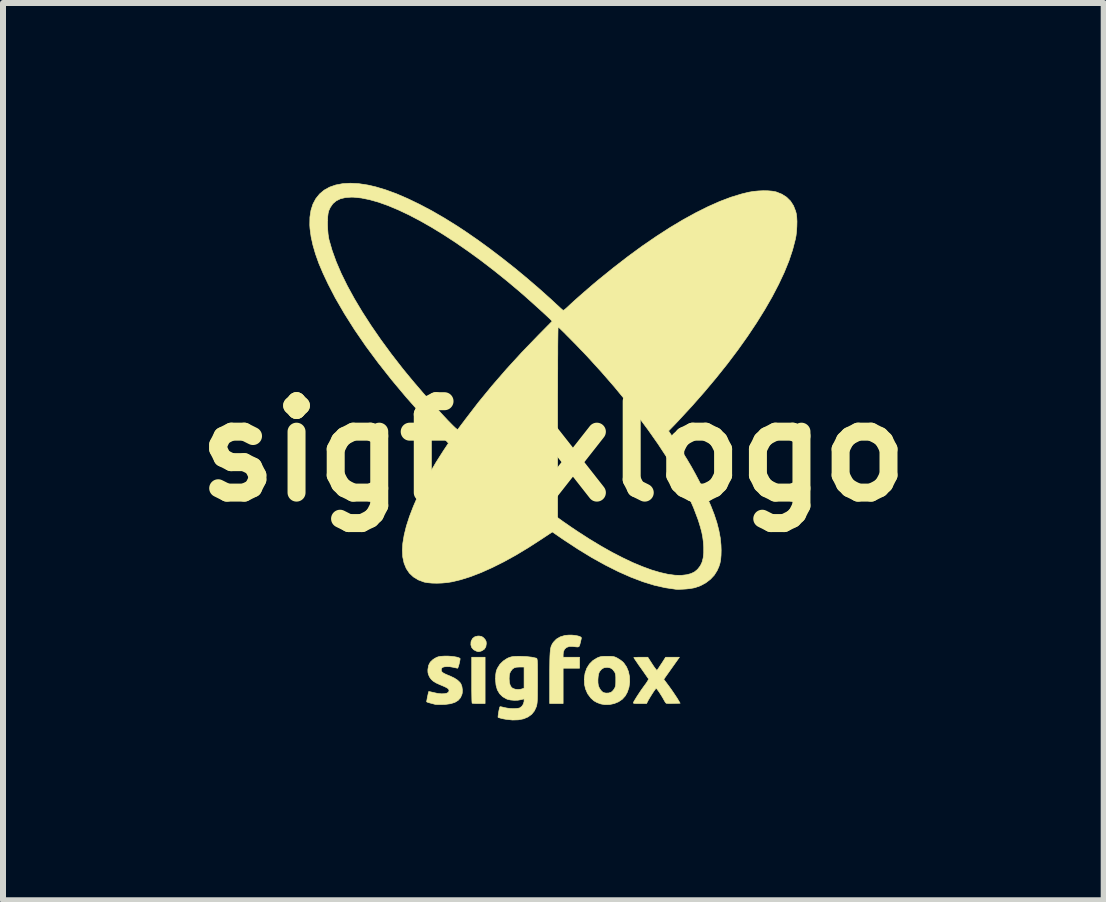
<source format=kicad_pcb>
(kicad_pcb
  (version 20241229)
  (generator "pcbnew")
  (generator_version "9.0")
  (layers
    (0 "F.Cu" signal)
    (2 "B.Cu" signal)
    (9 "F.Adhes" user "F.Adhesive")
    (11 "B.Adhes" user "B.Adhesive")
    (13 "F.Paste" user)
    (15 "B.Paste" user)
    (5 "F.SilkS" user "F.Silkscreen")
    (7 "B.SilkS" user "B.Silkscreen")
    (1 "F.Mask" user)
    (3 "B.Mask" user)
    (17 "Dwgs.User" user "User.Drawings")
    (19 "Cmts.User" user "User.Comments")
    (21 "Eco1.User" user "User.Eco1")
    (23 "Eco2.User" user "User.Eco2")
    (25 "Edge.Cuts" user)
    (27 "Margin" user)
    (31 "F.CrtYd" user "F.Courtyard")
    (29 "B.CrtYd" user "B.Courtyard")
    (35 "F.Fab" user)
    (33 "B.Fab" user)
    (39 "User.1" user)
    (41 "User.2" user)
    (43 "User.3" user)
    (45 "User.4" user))
  (footprint "sigfoxlogo"
    (layer "F.Cu")
    (at 6.176 4.474)
    (property "Reference" "sigfoxlogo" (at 0 0 0) (layer "F.SilkS") (effects (font (size 1.524 1.524) (thickness 0.3))))
    (attr through_hole)
    (fp_poly (pts (xy -1.138 4.206) (xy -1.243 4.206) (xy -1.287 4.206) (xy -1.324 4.204) (xy -1.348 4.202) (xy -1.355 4.199) (xy -1.356 4.188) (xy -1.358 4.159) (xy -1.359 4.114) (xy -1.36 4.055) (xy -1.361 3.985) (xy -1.361 3.906) (xy -1.361 3.821) (xy -1.361 3.813) (xy -1.361 3.434) (xy -1.138 3.434) (xy -1.138 4.206)) (stroke (width 0.01) (type solid)) (fill yes) (layer "F.SilkS"))
    (fp_poly (pts (xy -1.235 3.081) (xy -1.2 3.087) (xy -1.174 3.101) (xy -1.151 3.123) (xy -1.13 3.15) (xy -1.12 3.176) (xy -1.118 3.21) (xy -1.126 3.26) (xy -1.151 3.3) (xy -1.191 3.326) (xy -1.207 3.332) (xy -1.233 3.339) (xy -1.248 3.341) (xy -1.265 3.338) (xy -1.284 3.332) (xy -1.329 3.309) (xy -1.36 3.274) (xy -1.375 3.229) (xy -1.373 3.179) (xy -1.369 3.164) (xy -1.346 3.121) (xy -1.309 3.093) (xy -1.261 3.081) (xy -1.235 3.081)) (stroke (width 0.01) (type solid)) (fill yes) (layer "F.SilkS"))
    (fp_poly (pts (xy 0.309 3.065) (xy 0.359 3.07) (xy 0.404 3.078) (xy 0.44 3.088) (xy 0.462 3.101) (xy 0.467 3.111) (xy 0.465 3.127) (xy 0.458 3.156) (xy 0.449 3.193) (xy 0.449 3.195) (xy 0.44 3.228) (xy 0.433 3.248) (xy 0.423 3.259) (xy 0.406 3.263) (xy 0.378 3.261) (xy 0.333 3.256) (xy 0.325 3.255) (xy 0.265 3.255) (xy 0.219 3.271) (xy 0.186 3.301) (xy 0.167 3.346) (xy 0.163 3.393) (xy 0.163 3.434) (xy 0.437 3.434) (xy 0.437 3.617) (xy 0.163 3.617) (xy 0.163 4.206) (xy -0.061 4.206) (xy -0.061 3.777) (xy -0.061 3.661) (xy -0.06 3.564) (xy -0.059 3.484) (xy -0.057 3.418) (xy -0.054 3.364) (xy -0.05 3.32) (xy -0.045 3.286) (xy -0.038 3.257) (xy -0.028 3.233) (xy -0.017 3.212) (xy -0.004 3.191) (xy 0.003 3.182) (xy 0.051 3.132) (xy 0.114 3.095) (xy 0.188 3.072) (xy 0.209 3.069) (xy 0.258 3.065) (xy 0.309 3.065)) (stroke (width 0.01) (type solid)) (fill yes) (layer "F.SilkS"))
    (fp_poly (pts (xy 0.949 3.419) (xy 0.984 3.421) (xy 1.011 3.425) (xy 1.034 3.433) (xy 1.06 3.445) (xy 1.075 3.454) (xy 1.114 3.478) (xy 1.152 3.507) (xy 1.175 3.53) (xy 1.221 3.597) (xy 1.253 3.675) (xy 1.27 3.76) (xy 1.273 3.848) (xy 1.261 3.935) (xy 1.234 4.016) (xy 1.199 4.079) (xy 1.15 4.134) (xy 1.087 4.177) (xy 1.014 4.207) (xy 0.936 4.223) (xy 0.855 4.224) (xy 0.792 4.213) (xy 0.729 4.19) (xy 0.677 4.161) (xy 0.63 4.119) (xy 0.625 4.114) (xy 0.571 4.042) (xy 0.536 3.961) (xy 0.519 3.885) (xy 0.517 3.809) (xy 0.743 3.809) (xy 0.744 3.861) (xy 0.75 3.905) (xy 0.751 3.909) (xy 0.768 3.949) (xy 0.793 3.987) (xy 0.822 4.015) (xy 0.837 4.024) (xy 0.876 4.032) (xy 0.92 4.031) (xy 0.958 4.02) (xy 0.965 4.017) (xy 0.988 3.997) (xy 1.011 3.969) (xy 1.018 3.958) (xy 1.029 3.936) (xy 1.036 3.913) (xy 1.04 3.884) (xy 1.041 3.842) (xy 1.041 3.815) (xy 1.041 3.764) (xy 1.038 3.729) (xy 1.032 3.703) (xy 1.023 3.682) (xy 1.021 3.679) (xy 0.988 3.636) (xy 0.949 3.612) (xy 0.9 3.603) (xy 0.894 3.603) (xy 0.843 3.61) (xy 0.803 3.634) (xy 0.769 3.675) (xy 0.768 3.678) (xy 0.755 3.711) (xy 0.747 3.757) (xy 0.743 3.809) (xy 0.517 3.809) (xy 0.516 3.788) (xy 0.529 3.698) (xy 0.558 3.617) (xy 0.602 3.547) (xy 0.66 3.489) (xy 0.73 3.446) (xy 0.758 3.434) (xy 0.784 3.426) (xy 0.813 3.421) (xy 0.851 3.419) (xy 0.899 3.419) (xy 0.949 3.419)) (stroke (width 0.01) (type solid)) (fill yes) (layer "F.SilkS"))
    (fp_poly (pts (xy 1.647 3.546) (xy 1.674 3.587) (xy 1.698 3.62) (xy 1.716 3.643) (xy 1.727 3.652) (xy 1.727 3.652) (xy 1.736 3.642) (xy 1.753 3.618) (xy 1.775 3.584) (xy 1.802 3.543) (xy 1.804 3.541) (xy 1.872 3.434) (xy 2.102 3.434) (xy 1.841 3.802) (xy 1.929 3.92) (xy 1.966 3.971) (xy 2.003 4.025) (xy 2.037 4.076) (xy 2.064 4.117) (xy 2.066 4.12) (xy 2.114 4.201) (xy 2.005 4.204) (xy 1.959 4.205) (xy 1.92 4.205) (xy 1.893 4.203) (xy 1.883 4.202) (xy 1.871 4.191) (xy 1.856 4.167) (xy 1.848 4.153) (xy 1.831 4.122) (xy 1.809 4.085) (xy 1.785 4.047) (xy 1.761 4.01) (xy 1.739 3.98) (xy 1.723 3.959) (xy 1.715 3.952) (xy 1.706 3.96) (xy 1.689 3.982) (xy 1.667 4.014) (xy 1.643 4.051) (xy 1.618 4.091) (xy 1.595 4.129) (xy 1.577 4.161) (xy 1.576 4.164) (xy 1.554 4.206) (xy 1.441 4.206) (xy 1.392 4.206) (xy 1.36 4.205) (xy 1.342 4.202) (xy 1.335 4.198) (xy 1.335 4.191) (xy 1.335 4.188) (xy 1.347 4.166) (xy 1.368 4.131) (xy 1.396 4.086) (xy 1.429 4.036) (xy 1.464 3.983) (xy 1.5 3.933) (xy 1.521 3.904) (xy 1.549 3.866) (xy 1.571 3.832) (xy 1.584 3.808) (xy 1.588 3.797) (xy 1.588 3.797) (xy 1.581 3.786) (xy 1.563 3.761) (xy 1.538 3.725) (xy 1.507 3.68) (xy 1.471 3.629) (xy 1.462 3.616) (xy 1.425 3.565) (xy 1.394 3.519) (xy 1.368 3.481) (xy 1.35 3.454) (xy 1.342 3.441) (xy 1.341 3.44) (xy 1.351 3.437) (xy 1.376 3.436) (xy 1.414 3.434) (xy 1.458 3.434) (xy 1.575 3.434) (xy 1.647 3.546)) (stroke (width 0.01) (type solid)) (fill yes) (layer "F.SilkS"))
    (fp_poly (pts (xy -1.702 3.419) (xy -1.651 3.425) (xy -1.607 3.433) (xy -1.574 3.443) (xy -1.557 3.454) (xy -1.554 3.459) (xy -1.557 3.48) (xy -1.563 3.511) (xy -1.571 3.546) (xy -1.58 3.579) (xy -1.589 3.604) (xy -1.595 3.617) (xy -1.596 3.617) (xy -1.609 3.615) (xy -1.636 3.609) (xy -1.672 3.601) (xy -1.673 3.601) (xy -1.725 3.592) (xy -1.776 3.59) (xy -1.819 3.594) (xy -1.85 3.604) (xy -1.855 3.608) (xy -1.866 3.626) (xy -1.869 3.648) (xy -1.866 3.665) (xy -1.855 3.681) (xy -1.833 3.698) (xy -1.798 3.716) (xy -1.747 3.738) (xy -1.721 3.748) (xy -1.654 3.78) (xy -1.598 3.816) (xy -1.557 3.855) (xy -1.54 3.881) (xy -1.524 3.925) (xy -1.517 3.978) (xy -1.519 4.031) (xy -1.524 4.052) (xy -1.548 4.108) (xy -1.587 4.153) (xy -1.643 4.187) (xy -1.714 4.209) (xy -1.803 4.221) (xy -1.834 4.222) (xy -1.881 4.223) (xy -1.923 4.223) (xy -1.953 4.222) (xy -1.966 4.221) (xy -2.03 4.204) (xy -2.075 4.192) (xy -2.102 4.183) (xy -2.113 4.176) (xy -2.113 4.175) (xy -2.111 4.162) (xy -2.106 4.136) (xy -2.1 4.102) (xy -2.092 4.066) (xy -2.085 4.034) (xy -2.08 4.012) (xy -2.078 4.006) (xy -2.068 4.007) (xy -2.043 4.012) (xy -2.008 4.02) (xy -1.996 4.023) (xy -1.927 4.038) (xy -1.865 4.044) (xy -1.813 4.042) (xy -1.774 4.033) (xy -1.748 4.016) (xy -1.739 3.993) (xy -1.741 3.981) (xy -1.746 3.968) (xy -1.757 3.956) (xy -1.777 3.943) (xy -1.808 3.927) (xy -1.854 3.907) (xy -1.895 3.89) (xy -1.956 3.862) (xy -2.001 3.834) (xy -2.034 3.805) (xy -2.06 3.77) (xy -2.069 3.753) (xy -2.084 3.717) (xy -2.091 3.686) (xy -2.092 3.648) (xy -2.091 3.632) (xy -2.079 3.568) (xy -2.052 3.516) (xy -2.007 3.473) (xy -1.971 3.45) (xy -1.942 3.435) (xy -1.916 3.426) (xy -1.886 3.42) (xy -1.845 3.417) (xy -1.812 3.415) (xy -1.757 3.415) (xy -1.702 3.419)) (stroke (width 0.01) (type solid)) (fill yes) (layer "F.SilkS"))
    (fp_poly (pts (xy -0.554 3.419) (xy -0.45 3.423) (xy -0.361 3.433) (xy -0.283 3.45) (xy -0.282 3.451) (xy -0.277 3.453) (xy -0.274 3.459) (xy -0.271 3.47) (xy -0.268 3.489) (xy -0.267 3.516) (xy -0.265 3.555) (xy -0.265 3.607) (xy -0.264 3.675) (xy -0.264 3.759) (xy -0.264 3.825) (xy -0.264 3.922) (xy -0.265 4.002) (xy -0.265 4.066) (xy -0.266 4.117) (xy -0.268 4.156) (xy -0.27 4.187) (xy -0.273 4.211) (xy -0.277 4.232) (xy -0.282 4.25) (xy -0.284 4.259) (xy -0.316 4.329) (xy -0.362 4.386) (xy -0.423 4.43) (xy -0.497 4.461) (xy -0.584 4.478) (xy -0.681 4.481) (xy -0.789 4.469) (xy -0.83 4.462) (xy -0.869 4.453) (xy -0.901 4.444) (xy -0.919 4.438) (xy -0.921 4.437) (xy -0.922 4.425) (xy -0.919 4.398) (xy -0.914 4.364) (xy -0.908 4.327) (xy -0.9 4.293) (xy -0.894 4.269) (xy -0.889 4.259) (xy -0.878 4.259) (xy -0.853 4.264) (xy -0.822 4.272) (xy -0.772 4.282) (xy -0.716 4.289) (xy -0.659 4.291) (xy -0.609 4.288) (xy -0.57 4.282) (xy -0.561 4.279) (xy -0.526 4.254) (xy -0.501 4.216) (xy -0.488 4.173) (xy -0.488 4.163) (xy -0.488 4.128) (xy -0.541 4.142) (xy -0.593 4.151) (xy -0.654 4.152) (xy -0.714 4.147) (xy -0.766 4.135) (xy -0.777 4.131) (xy -0.844 4.093) (xy -0.896 4.042) (xy -0.934 3.977) (xy -0.956 3.899) (xy -0.964 3.807) (xy -0.964 3.79) (xy -0.737 3.79) (xy -0.733 3.854) (xy -0.72 3.901) (xy -0.699 3.936) (xy -0.676 3.953) (xy -0.638 3.967) (xy -0.59 3.972) (xy -0.541 3.967) (xy -0.52 3.961) (xy -0.488 3.95) (xy -0.488 3.597) (xy -0.56 3.597) (xy -0.615 3.6) (xy -0.655 3.612) (xy -0.685 3.634) (xy -0.711 3.669) (xy -0.713 3.672) (xy -0.726 3.7) (xy -0.734 3.731) (xy -0.736 3.771) (xy -0.737 3.79) (xy -0.964 3.79) (xy -0.963 3.771) (xy -0.96 3.718) (xy -0.954 3.679) (xy -0.944 3.645) (xy -0.931 3.616) (xy -0.891 3.552) (xy -0.835 3.497) (xy -0.77 3.454) (xy -0.746 3.443) (xy -0.718 3.433) (xy -0.692 3.426) (xy -0.662 3.422) (xy -0.623 3.42) (xy -0.57 3.419) (xy -0.554 3.419)) (stroke (width 0.01) (type solid)) (fill yes) (layer "F.SilkS"))
    (fp_poly (pts (xy -3.245 -4.462) (xy -3.094 -4.439) (xy -2.963 -4.409) (xy -2.796 -4.359) (xy -2.618 -4.294) (xy -2.43 -4.213) (xy -2.233 -4.118) (xy -2.028 -4.01) (xy -1.817 -3.888) (xy -1.6 -3.753) (xy -1.461 -3.661) (xy -1.264 -3.525) (xy -1.059 -3.376) (xy -0.849 -3.216) (xy -0.639 -3.05) (xy -0.433 -2.879) (xy -0.234 -2.708) (xy -0.046 -2.54) (xy -0.001 -2.498) (xy 0.044 -2.456) (xy 0.086 -2.418) (xy 0.12 -2.386) (xy 0.145 -2.364) (xy 0.158 -2.353) (xy 0.158 -2.352) (xy 0.17 -2.351) (xy 0.187 -2.361) (xy 0.214 -2.384) (xy 0.236 -2.404) (xy 0.286 -2.451) (xy 0.349 -2.509) (xy 0.422 -2.574) (xy 0.502 -2.644) (xy 0.586 -2.717) (xy 0.672 -2.791) (xy 0.756 -2.861) (xy 0.762 -2.866) (xy 1.007 -3.064) (xy 1.248 -3.25) (xy 1.484 -3.423) (xy 1.716 -3.582) (xy 1.942 -3.728) (xy 2.161 -3.859) (xy 2.374 -3.976) (xy 2.578 -4.078) (xy 2.774 -4.165) (xy 2.961 -4.236) (xy 3.138 -4.29) (xy 3.257 -4.319) (xy 3.333 -4.332) (xy 3.414 -4.34) (xy 3.497 -4.344) (xy 3.576 -4.343) (xy 3.647 -4.337) (xy 3.703 -4.327) (xy 3.713 -4.325) (xy 3.809 -4.287) (xy 3.889 -4.236) (xy 3.954 -4.172) (xy 4.004 -4.094) (xy 4.04 -4.002) (xy 4.051 -3.959) (xy 4.058 -3.902) (xy 4.062 -3.832) (xy 4.06 -3.752) (xy 4.055 -3.67) (xy 4.046 -3.592) (xy 4.034 -3.531) (xy 3.989 -3.358) (xy 3.928 -3.175) (xy 3.85 -2.983) (xy 3.756 -2.783) (xy 3.648 -2.576) (xy 3.525 -2.362) (xy 3.388 -2.142) (xy 3.238 -1.917) (xy 3.076 -1.689) (xy 2.901 -1.457) (xy 2.714 -1.223) (xy 2.516 -0.987) (xy 2.308 -0.751) (xy 2.09 -0.515) (xy 2.02 -0.441) (xy 1.921 -0.339) (xy 2.046 -0.151) (xy 2.14 -0.006) (xy 2.224 0.128) (xy 2.301 0.258) (xy 2.373 0.388) (xy 2.444 0.523) (xy 2.472 0.579) (xy 2.555 0.751) (xy 2.625 0.909) (xy 2.682 1.055) (xy 2.727 1.192) (xy 2.76 1.321) (xy 2.783 1.444) (xy 2.795 1.563) (xy 2.798 1.651) (xy 2.796 1.734) (xy 2.79 1.803) (xy 2.779 1.864) (xy 2.761 1.921) (xy 2.735 1.98) (xy 2.73 1.991) (xy 2.682 2.067) (xy 2.618 2.135) (xy 2.541 2.194) (xy 2.454 2.241) (xy 2.361 2.274) (xy 2.332 2.28) (xy 2.279 2.289) (xy 2.217 2.296) (xy 2.152 2.3) (xy 2.091 2.302) (xy 2.043 2.301) (xy 2.037 2.3) (xy 1.866 2.275) (xy 1.684 2.234) (xy 1.493 2.175) (xy 1.293 2.099) (xy 1.085 2.007) (xy 0.868 1.898) (xy 0.644 1.774) (xy 0.413 1.633) (xy 0.175 1.477) (xy 0.134 1.449) (xy -0.017 1.345) (xy -0.198 1.465) (xy -0.413 1.604) (xy -0.622 1.73) (xy -0.825 1.842) (xy -1.019 1.939) (xy -1.204 2.022) (xy -1.38 2.09) (xy -1.546 2.142) (xy -1.687 2.176) (xy -1.768 2.189) (xy -1.855 2.197) (xy -1.942 2.2) (xy -2.025 2.198) (xy -2.098 2.191) (xy -2.154 2.181) (xy -2.251 2.145) (xy -2.333 2.095) (xy -2.4 2.032) (xy -2.452 1.955) (xy -2.489 1.865) (xy -2.511 1.763) (xy -2.517 1.648) (xy -2.51 1.534) (xy -2.487 1.396) (xy -2.45 1.246) (xy -2.398 1.086) (xy -2.333 0.917) (xy -2.256 0.74) (xy -2.166 0.557) (xy -2.065 0.37) (xy -1.953 0.18) (xy -1.831 -0.012) (xy -1.812 -0.04) (xy -1.749 -0.135) (xy -1.919 -0.314) (xy -2.195 -0.61) (xy -2.454 -0.902) (xy -2.695 -1.19) (xy -2.919 -1.474) (xy -3.126 -1.753) (xy -3.314 -2.027) (xy -3.484 -2.296) (xy -3.636 -2.558) (xy -3.753 -2.784) (xy -3.838 -2.964) (xy -3.909 -3.131) (xy -3.965 -3.288) (xy -4.008 -3.436) (xy -4.039 -3.576) (xy -4.057 -3.71) (xy -4.061 -3.769) (xy -3.765 -3.769) (xy -3.762 -3.694) (xy -3.756 -3.621) (xy -3.746 -3.556) (xy -3.74 -3.526) (xy -3.689 -3.349) (xy -3.621 -3.161) (xy -3.537 -2.965) (xy -3.436 -2.76) (xy -3.319 -2.546) (xy -3.187 -2.325) (xy -3.04 -2.097) (xy -2.878 -1.862) (xy -2.702 -1.622) (xy -2.515 -1.381) (xy -2.453 -1.305) (xy -2.386 -1.224) (xy -2.316 -1.14) (xy -2.242 -1.054) (xy -2.168 -0.967) (xy -2.093 -0.882) (xy -2.019 -0.798) (xy -1.947 -0.718) (xy -1.879 -0.643) (xy -1.815 -0.574) (xy -1.757 -0.512) (xy -1.705 -0.459) (xy -1.663 -0.417) (xy -1.629 -0.385) (xy -1.606 -0.367) (xy -1.595 -0.363) (xy -1.594 -0.363) (xy -1.586 -0.373) (xy -1.568 -0.397) (xy -1.542 -0.432) (xy -1.509 -0.476) (xy -1.503 -0.483) (xy 0.071 -0.483) (xy 0.071 1.106) (xy 0.155 1.167) (xy 0.191 1.192) (xy 0.239 1.225) (xy 0.295 1.264) (xy 0.355 1.304) (xy 0.41 1.341) (xy 0.604 1.466) (xy 0.793 1.58) (xy 0.977 1.684) (xy 1.154 1.775) (xy 1.324 1.856) (xy 1.485 1.923) (xy 1.637 1.979) (xy 1.779 2.021) (xy 1.911 2.051) (xy 2.03 2.067) (xy 2.137 2.069) (xy 2.227 2.058) (xy 2.296 2.039) (xy 2.351 2.013) (xy 2.397 1.976) (xy 2.412 1.96) (xy 2.452 1.908) (xy 2.48 1.848) (xy 2.498 1.778) (xy 2.507 1.695) (xy 2.507 1.597) (xy 2.506 1.582) (xy 2.5 1.503) (xy 2.49 1.428) (xy 2.475 1.351) (xy 2.453 1.268) (xy 2.424 1.173) (xy 2.409 1.128) (xy 2.338 0.941) (xy 2.251 0.744) (xy 2.147 0.538) (xy 2.028 0.325) (xy 1.894 0.104) (xy 1.745 -0.123) (xy 1.582 -0.355) (xy 1.406 -0.592) (xy 1.217 -0.832) (xy 1.016 -1.076) (xy 0.803 -1.321) (xy 0.6 -1.544) (xy 0.556 -1.592) (xy 0.506 -1.645) (xy 0.451 -1.701) (xy 0.395 -1.76) (xy 0.338 -1.818) (xy 0.282 -1.875) (xy 0.23 -1.927) (xy 0.183 -1.975) (xy 0.142 -2.015) (xy 0.11 -2.046) (xy 0.089 -2.066) (xy 0.08 -2.073) (xy 0.079 -2.063) (xy 0.078 -2.033) (xy 0.077 -1.986) (xy 0.076 -1.922) (xy 0.075 -1.841) (xy 0.074 -1.746) (xy 0.074 -1.637) (xy 0.073 -1.515) (xy 0.073 -1.382) (xy 0.072 -1.238) (xy 0.072 -1.085) (xy 0.071 -0.923) (xy 0.071 -0.754) (xy 0.071 -0.579) (xy 0.071 -0.483) (xy -1.503 -0.483) (xy -1.472 -0.525) (xy -1.466 -0.533) (xy -1.251 -0.813) (xy -1.023 -1.091) (xy -0.78 -1.371) (xy -0.521 -1.654) (xy -0.244 -1.941) (xy -0.235 -1.95) (xy -0.02 -2.168) (xy -0.043 -2.193) (xy -0.062 -2.212) (xy -0.094 -2.242) (xy -0.136 -2.281) (xy -0.187 -2.328) (xy -0.244 -2.38) (xy -0.304 -2.434) (xy -0.366 -2.49) (xy -0.427 -2.544) (xy -0.484 -2.595) (xy -0.536 -2.64) (xy -0.555 -2.657) (xy -0.774 -2.841) (xy -0.992 -3.016) (xy -1.207 -3.181) (xy -1.42 -3.336) (xy -1.628 -3.48) (xy -1.832 -3.613) (xy -2.031 -3.735) (xy -2.223 -3.844) (xy -2.408 -3.941) (xy -2.586 -4.025) (xy -2.755 -4.096) (xy -2.915 -4.153) (xy -3.064 -4.195) (xy -3.202 -4.223) (xy -3.329 -4.236) (xy -3.367 -4.237) (xy -3.466 -4.23) (xy -3.55 -4.21) (xy -3.619 -4.176) (xy -3.676 -4.128) (xy -3.72 -4.064) (xy -3.745 -4.009) (xy -3.755 -3.968) (xy -3.762 -3.911) (xy -3.765 -3.843) (xy -3.765 -3.769) (xy -4.061 -3.769) (xy -4.061 -3.774) (xy -4.059 -3.903) (xy -4.041 -4.019) (xy -4.008 -4.122) (xy -3.96 -4.212) (xy -3.897 -4.29) (xy -3.821 -4.354) (xy -3.731 -4.404) (xy -3.628 -4.44) (xy -3.512 -4.462) (xy -3.384 -4.469) (xy -3.245 -4.462)) (stroke (width 0.01) (type solid)) (fill yes) (layer "F.SilkS")))
  (gr_rect
    (start -3 -3)
    (end 15.352 11.96)
    (stroke (width 0.1) (type default))
    (fill no)
    (layer "Edge.Cuts")))
</source>
